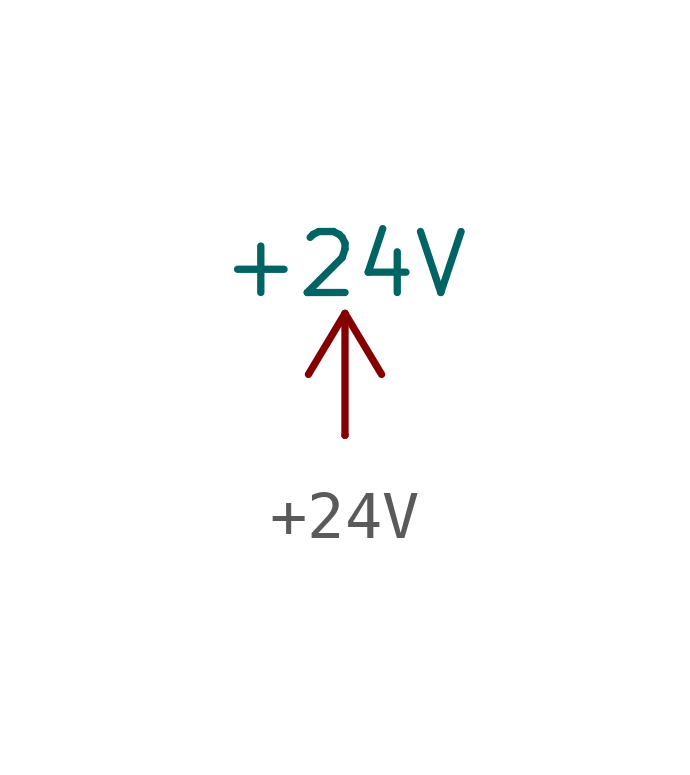
<source format=kicad_sym>
(kicad_symbol_lib
  (version 20231120)
  (generator "kicad_symbol_editor")
  (generator_version "8.0")
  (symbol "+24V"
    (power)
    (pin_numbers hide)
    (pin_names
      (offset 0) hide)
    (property "Reference" "#PWR"
      (at 0 -3.81 0)
      (effects (font (size 1.27 1.27)) (hide yes)))
    (property "Value" "+24V"
      (at 0 3.556 0)
      (effects (font (size 1.27 1.27))))
    (symbol "+24V_0_1"
      (polyline (pts (xy -0.762 1.27) (xy 0 2.54)) (stroke (width 0) (type default)) (fill (type none)))
      (polyline (pts (xy 0 0) (xy 0 2.54)) (stroke (width 0) (type default)) (fill (type none)))
      (polyline (pts (xy 0 2.54) (xy 0.762 1.27)) (stroke (width 0) (type default)) (fill (type none))))
    (symbol "+24V_1_1"
      (pin power_in line (at 0 0 90) (length 0) (name "~" (effects (font (size 1.27 1.27)))) (number "1" (effects (font (size 1.27 1.27))))))))
</source>
